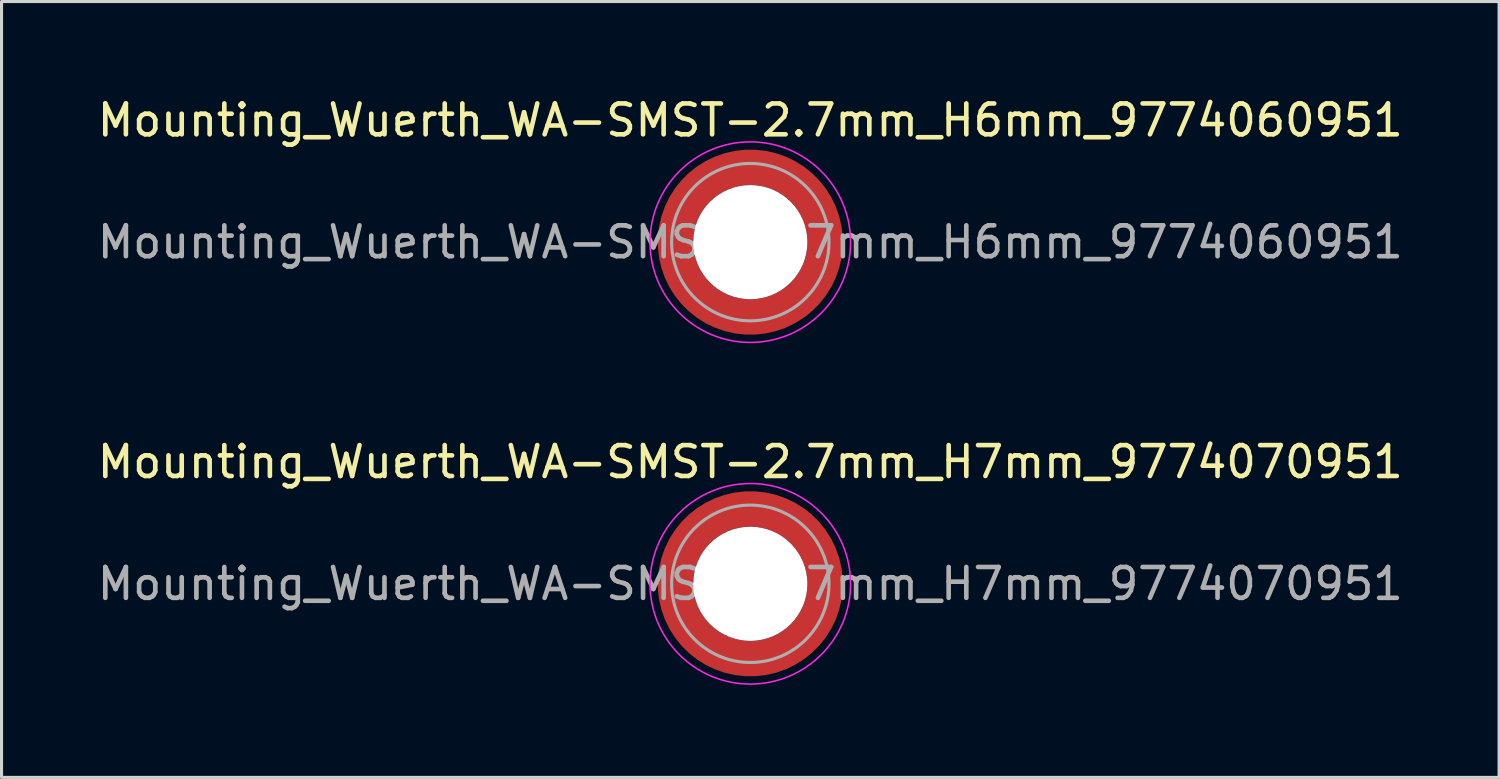
<source format=kicad_pcb>
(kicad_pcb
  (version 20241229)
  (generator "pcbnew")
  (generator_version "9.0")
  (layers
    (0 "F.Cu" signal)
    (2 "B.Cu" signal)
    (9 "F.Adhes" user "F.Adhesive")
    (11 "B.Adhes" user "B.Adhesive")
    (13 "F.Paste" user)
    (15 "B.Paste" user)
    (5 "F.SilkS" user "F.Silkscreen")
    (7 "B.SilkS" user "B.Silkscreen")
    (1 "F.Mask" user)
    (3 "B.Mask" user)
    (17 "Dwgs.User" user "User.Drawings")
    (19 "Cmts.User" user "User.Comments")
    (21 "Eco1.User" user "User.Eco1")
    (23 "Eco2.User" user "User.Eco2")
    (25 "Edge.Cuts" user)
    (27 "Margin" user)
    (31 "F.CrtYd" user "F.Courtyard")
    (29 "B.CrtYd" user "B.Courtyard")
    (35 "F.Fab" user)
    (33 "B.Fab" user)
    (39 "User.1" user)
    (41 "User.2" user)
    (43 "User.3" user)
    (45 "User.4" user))
  (footprint "Mounting_Wuerth_WA-SMST-2.7mm_H7mm_9774070951"
    (layer "F.Cu")
    (at 21.268 15.871)
    (property "Reference" "Mounting_Wuerth_WA-SMST-2.7mm_H7mm_9774070951" (at 0 -3.95 0) (layer "F.SilkS") (effects (font (size 1 1) (thickness 0.15))))
    (property "Mouser Part no." "" (at 0 0 0) (layer "F.Fab") (effects (font (size 1.27 1.27) (thickness 0.15))))
    (property "Mouser link" "" (at 0 0 0) (layer "F.Fab") (effects (font (size 1.27 1.27) (thickness 0.15))))
    (attr smd)
    (fp_circle (center 0 0) (end 3.25 0) (stroke (width 0.05) (type solid)) (fill no) (layer "F.CrtYd"))
    (fp_circle (center 0 0) (end 2.55 0) (stroke (width 0.1) (type solid)) (fill no) (layer "F.Fab"))
    (fp_text user "${REFERENCE}" (at 0 0 0) (layer "F.Fab") (effects (font (size 1 1) (thickness 0.15))))
    (pad "" smd custom (at -1.704 -1.704) (size 0.62 0.62) (layers "F.Paste") (options (anchor circle)) (primitives (gr_arc (start -0.250195 1.279127) (mid 0.289146 0.290681) (end 1.277006 -0.249732) (width 0.2)) (gr_arc (start -0.34334 1.279127) (mid 0.224883 0.226093) (end 1.277452 -0.342992) (width 0.2)) (gr_arc (start -0.436309 1.279127) (mid 0.160537 0.16159) (end 1.277666 -0.436018) (width 0.2)) (gr_arc (start -0.529126 1.279127) (mid 0.095932 0.097343) (end 1.277167 -0.528752) (width 0.2)) (gr_arc (start -0.621807 1.279127) (mid 0.0309 0.033527) (end 1.275473 -0.621136) (width 0.2)) (gr_arc (start -0.71437 1.279127) (mid -0.03322 -0.031206) (end 1.276322 -0.713875) (width 0.2)) (gr_arc (start -0.806826 1.279127) (mid -0.097997 -0.095278) (end 1.275336 -0.806181) (width 0.2)) (gr_arc (start -0.899187 1.279127) (mid -0.161977 -0.160149) (end 1.276577 -0.898769) (width 0.2)) (gr_arc (start -0.991463 1.279127) (mid -0.226842 -0.224133) (end 1.275343 -0.990864) (width 0.2)) (gr_arc (start -1.083663 1.279127) (mid -0.291026 -0.288801) (end 1.276016 -1.083187) (width 0.2)) (gr_line (start 1.279 -0.25) (end 1.279 -1.084) (width 0.2)) (gr_line (start -0.25 1.279) (end -1.084 1.279) (width 0.2))))
    (pad "" smd custom (at -1.704 1.704) (size 0.62 0.62) (layers "F.Paste") (options (anchor circle)) (primitives (gr_arc (start 1.279127 0.250195) (mid 0.290681 -0.289146) (end -0.249732 -1.277006) (width 0.2)) (gr_arc (start 1.279127 0.34334) (mid 0.226093 -0.224883) (end -0.342992 -1.277452) (width 0.2)) (gr_arc (start 1.279127 0.436309) (mid 0.16159 -0.160537) (end -0.436018 -1.277666) (width 0.2)) (gr_arc (start 1.279127 0.529126) (mid 0.097343 -0.095932) (end -0.528752 -1.277167) (width 0.2)) (gr_arc (start 1.279127 0.621807) (mid 0.033527 -0.0309) (end -0.621136 -1.275473) (width 0.2)) (gr_arc (start 1.279127 0.71437) (mid -0.031206 0.03322) (end -0.713875 -1.276322) (width 0.2)) (gr_arc (start 1.279127 0.806826) (mid -0.095278 0.097997) (end -0.806181 -1.275336) (width 0.2)) (gr_arc (start 1.279127 0.899187) (mid -0.160149 0.161977) (end -0.898769 -1.276577) (width 0.2)) (gr_arc (start 1.279127 0.991463) (mid -0.224133 0.226842) (end -0.990864 -1.275343) (width 0.2)) (gr_arc (start 1.279127 1.083663) (mid -0.288801 0.291026) (end -1.083187 -1.276016) (width 0.2)) (gr_line (start -0.25 -1.279) (end -1.084 -1.279) (width 0.2)) (gr_line (start 1.279 0.25) (end 1.279 1.084) (width 0.2))))
    (pad "" np_thru_hole circle (at 0 0) (size 3.7 3.7) (drill 3.7) (layers "*.Cu" "*.Mask"))
    (pad "" smd custom (at 1.704 -1.704) (size 0.62 0.62) (layers "F.Paste") (options (anchor circle)) (primitives (gr_arc (start -1.279127 -0.250195) (mid -0.290681 0.289146) (end 0.249732 1.277006) (width 0.2)) (gr_arc (start -1.279127 -0.34334) (mid -0.226093 0.224883) (end 0.342992 1.277452) (width 0.2)) (gr_arc (start -1.279127 -0.436309) (mid -0.16159 0.160537) (end 0.436018 1.277666) (width 0.2)) (gr_arc (start -1.279127 -0.529126) (mid -0.097343 0.095932) (end 0.528752 1.277167) (width 0.2)) (gr_arc (start -1.279127 -0.621807) (mid -0.033527 0.0309) (end 0.621136 1.275473) (width 0.2)) (gr_arc (start -1.279127 -0.71437) (mid 0.031206 -0.03322) (end 0.713875 1.276322) (width 0.2)) (gr_arc (start -1.279127 -0.806826) (mid 0.095278 -0.097997) (end 0.806181 1.275336) (width 0.2)) (gr_arc (start -1.279127 -0.899187) (mid 0.160149 -0.161977) (end 0.898769 1.276577) (width 0.2)) (gr_arc (start -1.279127 -0.991463) (mid 0.224133 -0.226842) (end 0.990864 1.275343) (width 0.2)) (gr_arc (start -1.279127 -1.083663) (mid 0.288801 -0.291026) (end 1.083187 1.276016) (width 0.2)) (gr_line (start 0.25 1.279) (end 1.084 1.279) (width 0.2)) (gr_line (start -1.279 -0.25) (end -1.279 -1.084) (width 0.2))))
    (pad "" smd custom (at 1.704 1.704) (size 0.62 0.62) (layers "F.Paste") (options (anchor circle)) (primitives (gr_arc (start 0.250195 -1.279127) (mid -0.289146 -0.290681) (end -1.277006 0.249732) (width 0.2)) (gr_arc (start 0.34334 -1.279127) (mid -0.224883 -0.226093) (end -1.277452 0.342992) (width 0.2)) (gr_arc (start 0.436309 -1.279127) (mid -0.160537 -0.16159) (end -1.277666 0.436018) (width 0.2)) (gr_arc (start 0.529126 -1.279127) (mid -0.095932 -0.097343) (end -1.277167 0.528752) (width 0.2)) (gr_arc (start 0.621807 -1.279127) (mid -0.0309 -0.033527) (end -1.275473 0.621136) (width 0.2)) (gr_arc (start 0.71437 -1.279127) (mid 0.03322 0.031206) (end -1.276322 0.713875) (width 0.2)) (gr_arc (start 0.806826 -1.279127) (mid 0.097997 0.095278) (end -1.275336 0.806181) (width 0.2)) (gr_arc (start 0.899187 -1.279127) (mid 0.161977 0.160149) (end -1.276577 0.898769) (width 0.2)) (gr_arc (start 0.991463 -1.279127) (mid 0.226842 0.224133) (end -1.275343 0.990864) (width 0.2)) (gr_arc (start 1.083663 -1.279127) (mid 0.291026 0.288801) (end -1.276016 1.083187) (width 0.2)) (gr_line (start -1.279 0.25) (end -1.279 1.084) (width 0.2)) (gr_line (start 0.25 -1.279) (end 1.084 -1.279) (width 0.2))))
    (pad "1" smd circle (at -2.425 0) (size 0.75 0.75) (layers "F.Cu"))
    (pad "1" smd circle (at 0 -2.425) (size 0.75 0.75) (layers "F.Cu"))
    (pad "1" smd circle (at 0 2.425) (size 0.75 0.75) (layers "F.Cu"))
    (pad "1" smd custom (at 2.425 0) (size 0.75 0.75) (layers "F.Cu" "F.Mask") (options (anchor circle)) (primitives (gr_circle (center -2.425 0) (end 0 0) (width 1.15) (fill no)))))
  (footprint "Mounting_Wuerth_WA-SMST-2.7mm_H6mm_9774060951"
    (layer "F.Cu")
    (at 21.268 4.798)
    (property "Reference" "Mounting_Wuerth_WA-SMST-2.7mm_H6mm_9774060951" (at 0 -3.95 0) (layer "F.SilkS") (effects (font (size 1 1) (thickness 0.15))))
    (property "Mouser Part no." "" (at 0 0 0) (layer "F.Fab") (effects (font (size 1.27 1.27) (thickness 0.15))))
    (property "Mouser link" "" (at 0 0 0) (layer "F.Fab") (effects (font (size 1.27 1.27) (thickness 0.15))))
    (attr smd)
    (fp_circle (center 0 0) (end 3.25 0) (stroke (width 0.05) (type solid)) (fill no) (layer "F.CrtYd"))
    (fp_circle (center 0 0) (end 2.55 0) (stroke (width 0.1) (type solid)) (fill no) (layer "F.Fab"))
    (fp_text user "${REFERENCE}" (at 0 0 0) (layer "F.Fab") (effects (font (size 1 1) (thickness 0.15))))
    (pad "" smd custom (at -1.704 -1.704) (size 0.62 0.62) (layers "F.Paste") (options (anchor circle)) (primitives (gr_arc (start -0.250195 1.279127) (mid 0.289146 0.290681) (end 1.277006 -0.249732) (width 0.2)) (gr_arc (start -0.34334 1.279127) (mid 0.224883 0.226093) (end 1.277452 -0.342992) (width 0.2)) (gr_arc (start -0.436309 1.279127) (mid 0.160537 0.16159) (end 1.277666 -0.436018) (width 0.2)) (gr_arc (start -0.529126 1.279127) (mid 0.095932 0.097343) (end 1.277167 -0.528752) (width 0.2)) (gr_arc (start -0.621807 1.279127) (mid 0.0309 0.033527) (end 1.275473 -0.621136) (width 0.2)) (gr_arc (start -0.71437 1.279127) (mid -0.03322 -0.031206) (end 1.276322 -0.713875) (width 0.2)) (gr_arc (start -0.806826 1.279127) (mid -0.097997 -0.095278) (end 1.275336 -0.806181) (width 0.2)) (gr_arc (start -0.899187 1.279127) (mid -0.161977 -0.160149) (end 1.276577 -0.898769) (width 0.2)) (gr_arc (start -0.991463 1.279127) (mid -0.226842 -0.224133) (end 1.275343 -0.990864) (width 0.2)) (gr_arc (start -1.083663 1.279127) (mid -0.291026 -0.288801) (end 1.276016 -1.083187) (width 0.2)) (gr_line (start 1.279 -0.25) (end 1.279 -1.084) (width 0.2)) (gr_line (start -0.25 1.279) (end -1.084 1.279) (width 0.2))))
    (pad "" smd custom (at -1.704 1.704) (size 0.62 0.62) (layers "F.Paste") (options (anchor circle)) (primitives (gr_arc (start 1.279127 0.250195) (mid 0.290681 -0.289146) (end -0.249732 -1.277006) (width 0.2)) (gr_arc (start 1.279127 0.34334) (mid 0.226093 -0.224883) (end -0.342992 -1.277452) (width 0.2)) (gr_arc (start 1.279127 0.436309) (mid 0.16159 -0.160537) (end -0.436018 -1.277666) (width 0.2)) (gr_arc (start 1.279127 0.529126) (mid 0.097343 -0.095932) (end -0.528752 -1.277167) (width 0.2)) (gr_arc (start 1.279127 0.621807) (mid 0.033527 -0.0309) (end -0.621136 -1.275473) (width 0.2)) (gr_arc (start 1.279127 0.71437) (mid -0.031206 0.03322) (end -0.713875 -1.276322) (width 0.2)) (gr_arc (start 1.279127 0.806826) (mid -0.095278 0.097997) (end -0.806181 -1.275336) (width 0.2)) (gr_arc (start 1.279127 0.899187) (mid -0.160149 0.161977) (end -0.898769 -1.276577) (width 0.2)) (gr_arc (start 1.279127 0.991463) (mid -0.224133 0.226842) (end -0.990864 -1.275343) (width 0.2)) (gr_arc (start 1.279127 1.083663) (mid -0.288801 0.291026) (end -1.083187 -1.276016) (width 0.2)) (gr_line (start -0.25 -1.279) (end -1.084 -1.279) (width 0.2)) (gr_line (start 1.279 0.25) (end 1.279 1.084) (width 0.2))))
    (pad "" np_thru_hole circle (at 0 0) (size 3.7 3.7) (drill 3.7) (layers "*.Cu" "*.Mask"))
    (pad "" smd custom (at 1.704 -1.704) (size 0.62 0.62) (layers "F.Paste") (options (anchor circle)) (primitives (gr_arc (start -1.279127 -0.250195) (mid -0.290681 0.289146) (end 0.249732 1.277006) (width 0.2)) (gr_arc (start -1.279127 -0.34334) (mid -0.226093 0.224883) (end 0.342992 1.277452) (width 0.2)) (gr_arc (start -1.279127 -0.436309) (mid -0.16159 0.160537) (end 0.436018 1.277666) (width 0.2)) (gr_arc (start -1.279127 -0.529126) (mid -0.097343 0.095932) (end 0.528752 1.277167) (width 0.2)) (gr_arc (start -1.279127 -0.621807) (mid -0.033527 0.0309) (end 0.621136 1.275473) (width 0.2)) (gr_arc (start -1.279127 -0.71437) (mid 0.031206 -0.03322) (end 0.713875 1.276322) (width 0.2)) (gr_arc (start -1.279127 -0.806826) (mid 0.095278 -0.097997) (end 0.806181 1.275336) (width 0.2)) (gr_arc (start -1.279127 -0.899187) (mid 0.160149 -0.161977) (end 0.898769 1.276577) (width 0.2)) (gr_arc (start -1.279127 -0.991463) (mid 0.224133 -0.226842) (end 0.990864 1.275343) (width 0.2)) (gr_arc (start -1.279127 -1.083663) (mid 0.288801 -0.291026) (end 1.083187 1.276016) (width 0.2)) (gr_line (start 0.25 1.279) (end 1.084 1.279) (width 0.2)) (gr_line (start -1.279 -0.25) (end -1.279 -1.084) (width 0.2))))
    (pad "" smd custom (at 1.704 1.704) (size 0.62 0.62) (layers "F.Paste") (options (anchor circle)) (primitives (gr_arc (start 0.250195 -1.279127) (mid -0.289146 -0.290681) (end -1.277006 0.249732) (width 0.2)) (gr_arc (start 0.34334 -1.279127) (mid -0.224883 -0.226093) (end -1.277452 0.342992) (width 0.2)) (gr_arc (start 0.436309 -1.279127) (mid -0.160537 -0.16159) (end -1.277666 0.436018) (width 0.2)) (gr_arc (start 0.529126 -1.279127) (mid -0.095932 -0.097343) (end -1.277167 0.528752) (width 0.2)) (gr_arc (start 0.621807 -1.279127) (mid -0.0309 -0.033527) (end -1.275473 0.621136) (width 0.2)) (gr_arc (start 0.71437 -1.279127) (mid 0.03322 0.031206) (end -1.276322 0.713875) (width 0.2)) (gr_arc (start 0.806826 -1.279127) (mid 0.097997 0.095278) (end -1.275336 0.806181) (width 0.2)) (gr_arc (start 0.899187 -1.279127) (mid 0.161977 0.160149) (end -1.276577 0.898769) (width 0.2)) (gr_arc (start 0.991463 -1.279127) (mid 0.226842 0.224133) (end -1.275343 0.990864) (width 0.2)) (gr_arc (start 1.083663 -1.279127) (mid 0.291026 0.288801) (end -1.276016 1.083187) (width 0.2)) (gr_line (start -1.279 0.25) (end -1.279 1.084) (width 0.2)) (gr_line (start 0.25 -1.279) (end 1.084 -1.279) (width 0.2))))
    (pad "1" smd circle (at -2.425 0) (size 0.75 0.75) (layers "F.Cu"))
    (pad "1" smd circle (at 0 -2.425) (size 0.75 0.75) (layers "F.Cu"))
    (pad "1" smd circle (at 0 2.425) (size 0.75 0.75) (layers "F.Cu"))
    (pad "1" smd custom (at 2.425 0) (size 0.75 0.75) (layers "F.Cu" "F.Mask") (options (anchor circle)) (primitives (gr_circle (center -2.425 0) (end 0 0) (width 1.15) (fill no)))))
  (gr_rect
    (start -3 -3)
    (end 45.536 22.146)
    (stroke (width 0.1) (type default))
    (fill no)
    (layer "Edge.Cuts")))
</source>
